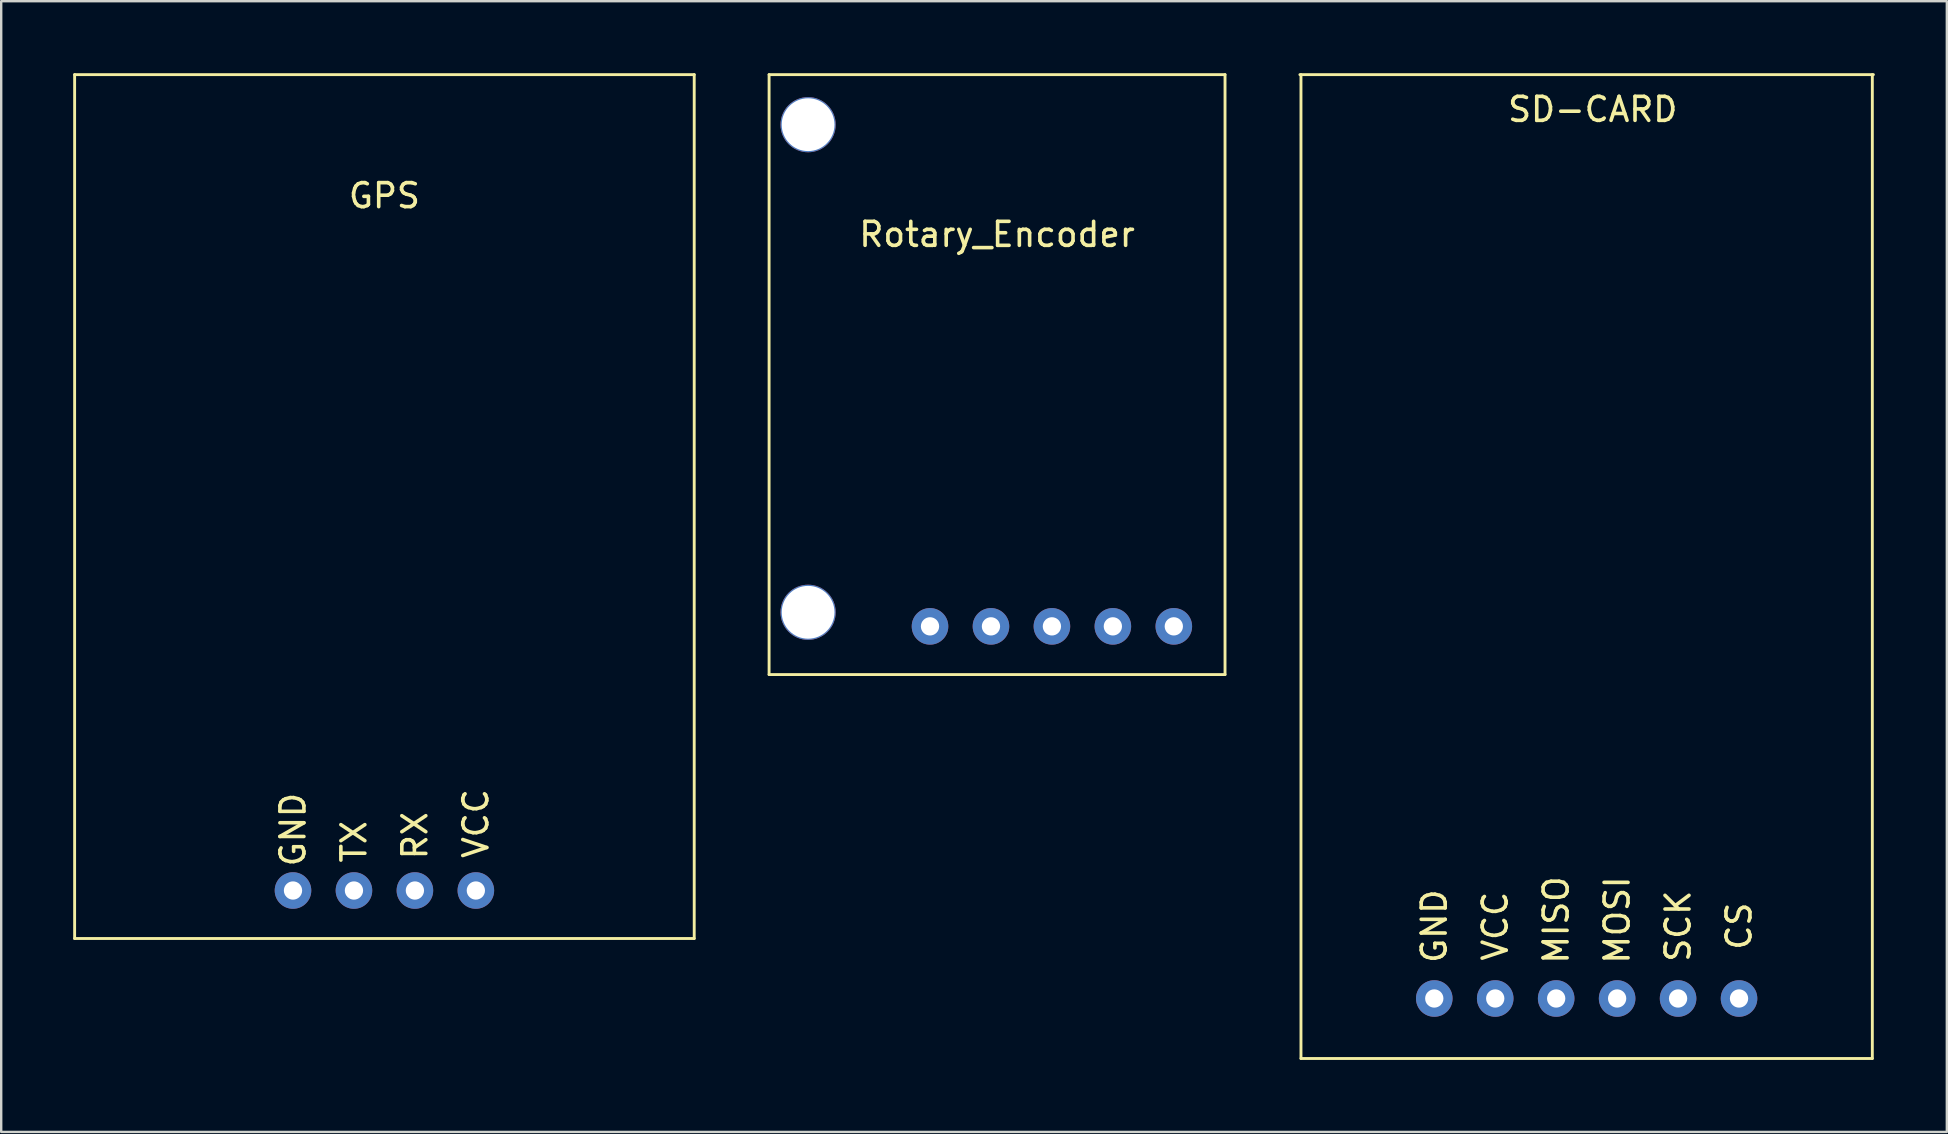
<source format=kicad_pcb>
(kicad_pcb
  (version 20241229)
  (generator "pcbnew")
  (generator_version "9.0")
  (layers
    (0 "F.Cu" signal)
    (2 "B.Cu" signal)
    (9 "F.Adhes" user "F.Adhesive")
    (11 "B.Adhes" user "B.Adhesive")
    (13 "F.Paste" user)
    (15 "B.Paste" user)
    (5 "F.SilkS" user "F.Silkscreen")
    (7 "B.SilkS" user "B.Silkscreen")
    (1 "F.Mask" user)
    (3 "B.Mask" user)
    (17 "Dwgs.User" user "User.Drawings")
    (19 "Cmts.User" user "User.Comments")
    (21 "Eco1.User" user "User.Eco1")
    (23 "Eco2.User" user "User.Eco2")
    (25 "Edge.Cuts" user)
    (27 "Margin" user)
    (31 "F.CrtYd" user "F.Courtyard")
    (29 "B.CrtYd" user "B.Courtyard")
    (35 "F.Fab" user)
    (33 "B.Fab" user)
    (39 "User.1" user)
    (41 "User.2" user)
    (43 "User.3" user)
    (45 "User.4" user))
  (footprint "SD-CARD"
    (layer "F.Cu")
    (at 63.07 20.56)
    (property "Reference" "SD-CARD" (at 0.254 -19.05 0) (layer "F.SilkS") (effects (font (size 1 1) (thickness 0.15))))
    (attr through_hole)
    (fp_line (start -11.905 20.5) (end -11.905 -20.5) (stroke (width 0.12) (type solid)) (layer "F.SilkS"))
    (fp_line (start 11.905 20.5) (end -11.905 20.5) (stroke (width 0.12) (type solid)) (layer "F.SilkS"))
    (fp_line (start 11.905 20.5) (end 11.905 -20.5) (stroke (width 0.12) (type solid)) (layer "F.SilkS"))
    (fp_line (start 11.95 -20.5) (end -11.95 -20.5) (stroke (width 0.12) (type solid)) (layer "F.SilkS"))
    (fp_text user "VCC" (at -3.81 14.986 90) (layer "F.SilkS") (effects (font (size 1 1) (thickness 0.15))))
    (fp_text user "SCK" (at 3.81 14.986 90) (layer "F.SilkS") (effects (font (size 1 1) (thickness 0.15))))
    (fp_text user "GND" (at -6.35 14.986 90) (layer "F.SilkS") (effects (font (size 1 1) (thickness 0.15))))
    (fp_text user "MISO" (at -1.27 14.732 90) (layer "F.SilkS") (effects (font (size 1 1) (thickness 0.15))))
    (fp_text user "CS" (at 6.35 14.986 90) (layer "F.SilkS") (effects (font (size 1 1) (thickness 0.15))))
    (fp_text user "MOSI" (at 1.27 14.732 90) (layer "F.SilkS") (effects (font (size 1 1) (thickness 0.15))))
    (pad "1" thru_hole circle (at -6.35 18) (size 1.524 1.524) (drill 0.762) (layers "*.Cu" "*.Mask"))
    (pad "2" thru_hole circle (at -3.81 18) (size 1.524 1.524) (drill 0.762) (layers "*.Cu" "*.Mask"))
    (pad "3" thru_hole circle (at -1.27 18) (size 1.524 1.524) (drill 0.762) (layers "*.Cu" "*.Mask"))
    (pad "4" thru_hole circle (at 1.27 18 90) (size 1.524 1.524) (drill 0.762) (layers "*.Cu" "*.Mask"))
    (pad "5" thru_hole circle (at 3.81 18) (size 1.524 1.524) (drill 0.762) (layers "*.Cu" "*.Mask"))
    (pad "6" thru_hole circle (at 6.35 18) (size 1.524 1.524) (drill 0.762) (layers "*.Cu" "*.Mask")))
  (footprint "Rotary_Encoder"
    (layer "F.Cu")
    (at 38.5 12.56)
    (property "Reference" "Rotary_Encoder" (at 0 -5.842 0) (layer "F.SilkS") (effects (font (size 1 1) (thickness 0.15))))
    (attr through_hole)
    (fp_line (start -9.5 -12.5) (end 9.5 -12.5) (stroke (width 0.12) (type solid)) (layer "F.SilkS"))
    (fp_line (start -9.5 12.5) (end -9.5 -12.5) (stroke (width 0.12) (type solid)) (layer "F.SilkS"))
    (fp_line (start -9.5 12.5) (end 9.5 12.5) (stroke (width 0.12) (type solid)) (layer "F.SilkS"))
    (fp_line (start 9.5 -12.5) (end 9.5 12.5) (stroke (width 0.12) (type solid)) (layer "F.SilkS"))
    (pad "" thru_hole circle (at -7.874 -10.414) (size 2.3 2.3) (drill 2.2) (layers "*.Cu" "*.Mask"))
    (pad "" thru_hole circle (at -7.874 9.906) (size 2.3 2.3) (drill 2.2) (layers "*.Cu" "*.Mask"))
    (pad "1" thru_hole circle (at -2.794 10.492) (size 1.524 1.524) (drill 0.762) (layers "*.Cu" "*.Mask"))
    (pad "2" thru_hole circle (at -0.254 10.492) (size 1.524 1.524) (drill 0.762) (layers "*.Cu" "*.Mask"))
    (pad "3" thru_hole circle (at 2.286 10.492) (size 1.524 1.524) (drill 0.762) (layers "*.Cu" "*.Mask"))
    (pad "4" thru_hole circle (at 4.826 10.492) (size 1.524 1.524) (drill 0.762) (layers "*.Cu" "*.Mask"))
    (pad "5" thru_hole circle (at 7.366 10.492) (size 1.524 1.524) (drill 0.762) (layers "*.Cu" "*.Mask")))
  (footprint "GPS"
    (layer "F.Cu")
    (at 12.97 18.06)
    (property "Reference" "GPS" (at 0 -12.954 0) (layer "F.SilkS") (effects (font (size 1 1) (thickness 0.15))))
    (attr through_hole)
    (fp_line (start -12.91 -18) (end -12.91 18) (stroke (width 0.12) (type solid)) (layer "F.SilkS"))
    (fp_line (start -12.91 -18) (end 12.91 -18) (stroke (width 0.12) (type solid)) (layer "F.SilkS"))
    (fp_line (start -12.91 18) (end 12.91 18) (stroke (width 0.12) (type solid)) (layer "F.SilkS"))
    (fp_line (start 12.91 18) (end 12.91 -18) (stroke (width 0.12) (type solid)) (layer "F.SilkS"))
    (fp_text user "VCC" (at 3.81 13.208 90) (layer "F.SilkS") (effects (font (size 1 1) (thickness 0.15))))
    (fp_text user "TX" (at -1.27 13.97 90) (layer "F.SilkS") (effects (font (size 1 1) (thickness 0.15))))
    (fp_text user "RX" (at 1.27 13.716 90) (layer "F.SilkS") (effects (font (size 1 1) (thickness 0.15))))
    (fp_text user "GND" (at -3.81 13.462 90) (layer "F.SilkS") (effects (font (size 1 1) (thickness 0.15))))
    (pad "1" thru_hole circle (at -3.81 16) (size 1.524 1.524) (drill 0.762) (layers "*.Cu" "*.Mask"))
    (pad "2" thru_hole circle (at -1.27 16) (size 1.524 1.524) (drill 0.762) (layers "*.Cu" "*.Mask"))
    (pad "3" thru_hole circle (at 1.27 16) (size 1.524 1.524) (drill 0.762) (layers "*.Cu" "*.Mask"))
    (pad "4" thru_hole circle (at 3.81 16) (size 1.524 1.524) (drill 0.762) (layers "*.Cu" "*.Mask")))
  (gr_rect
    (start -3 -3)
    (end 78.08 44.12)
    (stroke (width 0.1) (type default))
    (fill no)
    (layer "Edge.Cuts")))
</source>
